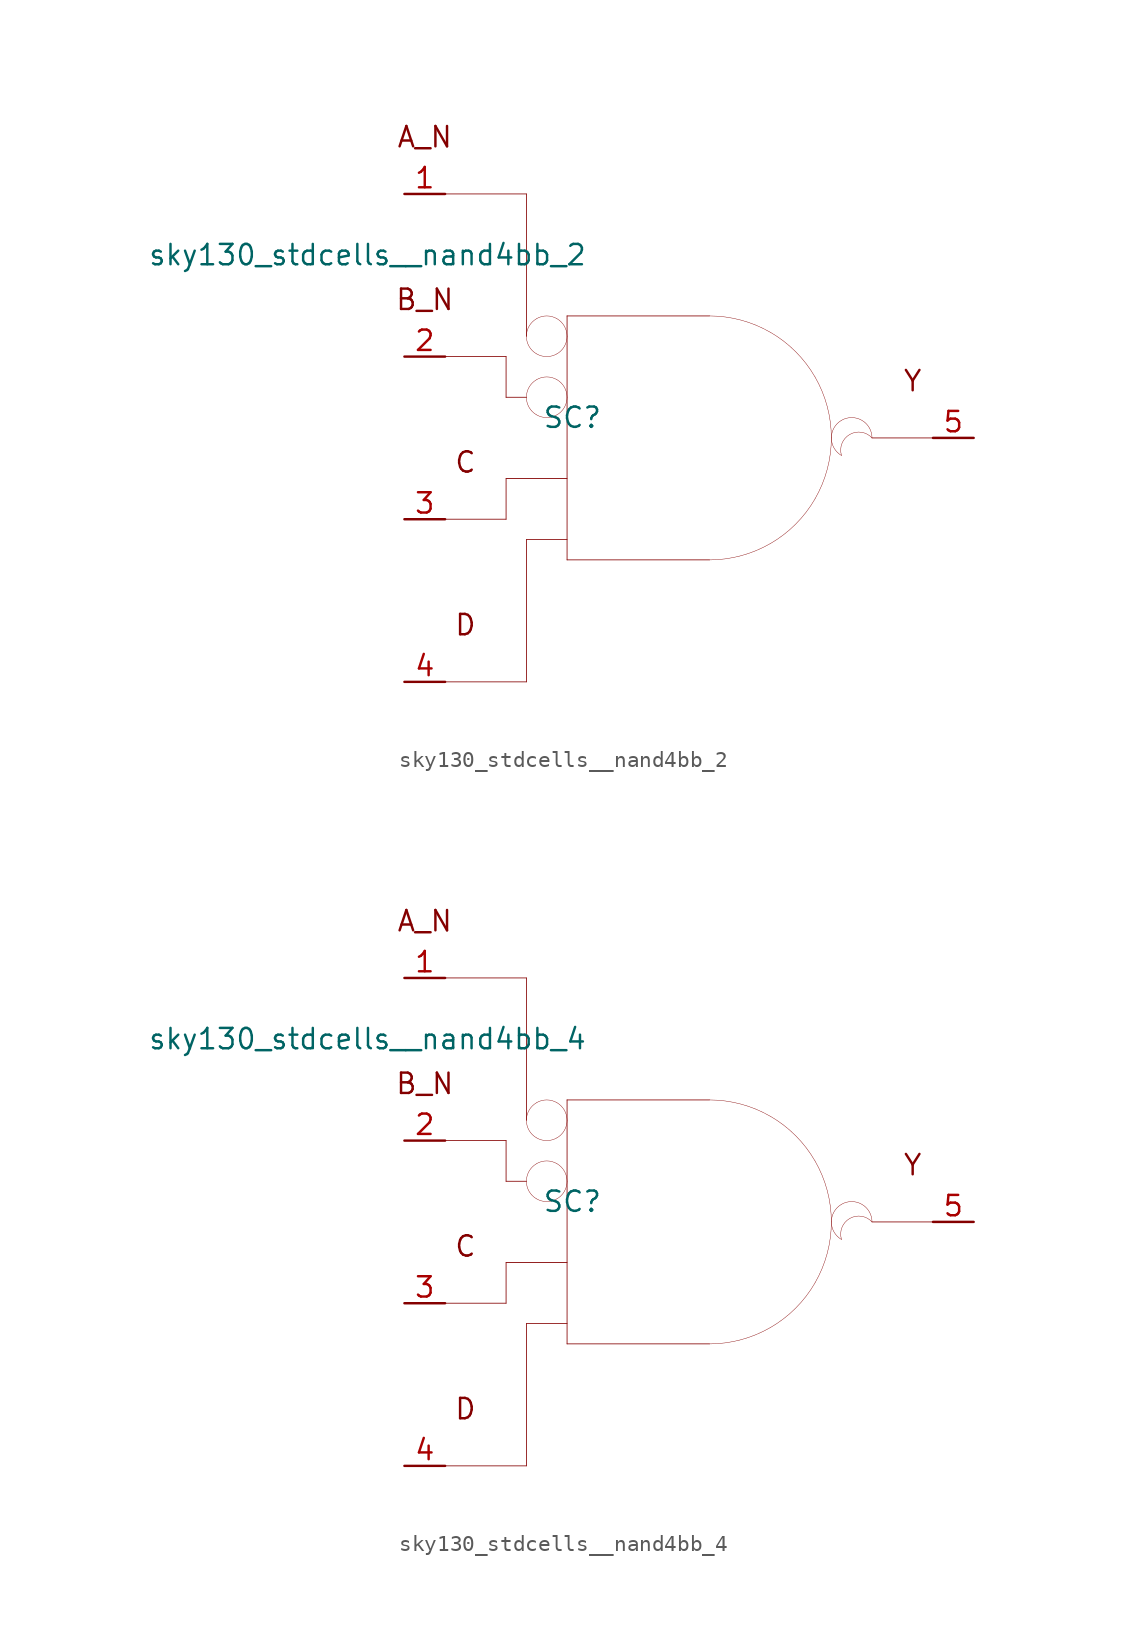
<source format=kicad_sym>
(kicad_symbol_lib
  (version 20211014)
  (generator kicad_symbol_editor)
  (symbol "sky130_stdcells__nand4bb_2"
    (pin_names hide)
    (property "Reference" "SC"
      (at -7.29 1.27 0)
      (effects (font (size 1.27 1.27))))
    (property "Value" "sky130_stdcells__nand4bb_2"
      (at -6.35 11.43 0)
      (effects (font (size 1.27 1.27)) (justify right)))
    (symbol "sky130_stdcells__nand4bb_2_0_0"
      (arc (start -10.16 2.54) (mid -9.9898 1.905) (end -9.525 1.4401) (stroke (width 0.0254) (type default) (color 0 0 0 0)) (fill (type none)))
      (arc (start -10.16 6.35) (mid -9.9898 5.715) (end -9.525 5.2501) (stroke (width 0.0254) (type default) (color 0 0 0 0)) (fill (type none)))
      (arc (start -9.525 1.4401) (mid -8.89 1.27) (end -8.255 1.4401) (stroke (width 0.0254) (type default) (color 0 0 0 0)) (fill (type none)))
      (arc (start -9.525 3.6399) (mid -9.9899 3.175) (end -10.16 2.54) (stroke (width 0.0254) (type default) (color 0 0 0 0)) (fill (type none)))
      (arc (start -9.525 5.2501) (mid -8.89 5.08) (end -8.255 5.2501) (stroke (width 0.0254) (type default) (color 0 0 0 0)) (fill (type none)))
      (arc (start -9.525 7.4499) (mid -9.9899 6.985) (end -10.16 6.35) (stroke (width 0.0254) (type default) (color 0 0 0 0)) (fill (type none)))
      (arc (start -8.255 1.4401) (mid -7.7901 1.905) (end -7.62 2.54) (stroke (width 0.0254) (type default) (color 0 0 0 0)) (fill (type none)))
      (arc (start -8.255 3.6399) (mid -8.89 3.81) (end -9.525 3.6399) (stroke (width 0.0254) (type default) (color 0 0 0 0)) (fill (type none)))
      (arc (start -8.255 5.2501) (mid -7.7901 5.715) (end -7.62 6.35) (stroke (width 0.0254) (type default) (color 0 0 0 0)) (fill (type none)))
      (arc (start -8.255 7.4499) (mid -8.89 7.62) (end -9.525 7.4499) (stroke (width 0.0254) (type default) (color 0 0 0 0)) (fill (type none)))
      (arc (start -7.62 2.54) (mid -7.7902 3.175) (end -8.255 3.6399) (stroke (width 0.0254) (type default) (color 0 0 0 0)) (fill (type none)))
      (arc (start -7.62 6.35) (mid -7.7902 6.985) (end -8.255 7.4499) (stroke (width 0.0254) (type default) (color 0 0 0 0)) (fill (type none)))
      (polyline (pts (xy -15.24 -15.24) (xy -10.16 -15.24)) (stroke (width 0.051) (type default) (color 0 0 0 0)) (fill (type none)))
      (polyline (pts (xy -15.24 -5.08) (xy -11.43 -5.08)) (stroke (width 0.051) (type default) (color 0 0 0 0)) (fill (type none)))
      (polyline (pts (xy -15.24 5.08) (xy -11.43 5.08)) (stroke (width 0.051) (type default) (color 0 0 0 0)) (fill (type none)))
      (polyline (pts (xy -15.24 15.24) (xy -10.16 15.24)) (stroke (width 0.051) (type default) (color 0 0 0 0)) (fill (type none)))
      (polyline (pts (xy -11.43 -2.54) (xy -11.43 -5.08)) (stroke (width 0.051) (type default) (color 0 0 0 0)) (fill (type none)))
      (polyline (pts (xy -11.43 -2.54) (xy -7.62 -2.54)) (stroke (width 0.051) (type default) (color 0 0 0 0)) (fill (type none)))
      (polyline (pts (xy -11.43 2.54) (xy -10.16 2.54)) (stroke (width 0.051) (type default) (color 0 0 0 0)) (fill (type none)))
      (polyline (pts (xy -11.43 5.08) (xy -11.43 2.54)) (stroke (width 0.051) (type default) (color 0 0 0 0)) (fill (type none)))
      (polyline (pts (xy -10.16 -6.35) (xy -10.16 -15.24)) (stroke (width 0.051) (type default) (color 0 0 0 0)) (fill (type none)))
      (polyline (pts (xy -10.16 -6.35) (xy -7.62 -6.35)) (stroke (width 0.051) (type default) (color 0 0 0 0)) (fill (type none)))
      (polyline (pts (xy -10.16 15.24) (xy -10.16 6.35)) (stroke (width 0.051) (type default) (color 0 0 0 0)) (fill (type none)))
      (polyline (pts (xy -7.62 -7.62) (xy 1.27 -7.62)) (stroke (width 0.051) (type default) (color 0 0 0 0)) (fill (type none)))
      (polyline (pts (xy -7.62 7.62) (xy -7.62 -7.62)) (stroke (width 0.051) (type default) (color 0 0 0 0)) (fill (type none)))
      (polyline (pts (xy -7.62 7.62) (xy 1.27 7.62)) (stroke (width 0.051) (type default) (color 0 0 0 0)) (fill (type none)))
      (polyline (pts (xy 11.43 0) (xy 15.24 0)) (stroke (width 0.051) (type default) (color 0 0 0 0)) (fill (type none)))
      (arc (start 1.27 -7.62) (mid 3.2422 -7.3604) (end 5.08 -6.5991) (stroke (width 0.0254) (type default) (color 0 0 0 0)) (fill (type none)))
      (arc (start 5.08 -6.5991) (mid 6.6581 -5.3881) (end 7.8691 -3.81) (stroke (width 0.0254) (type default) (color 0 0 0 0)) (fill (type none)))
      (arc (start 5.08 6.5991) (mid 3.2422 7.3603) (end 1.27 7.62) (stroke (width 0.0254) (type default) (color 0 0 0 0)) (fill (type none)))
      (arc (start 7.8691 -3.81) (mid 8.6303 -1.9722) (end 8.89 0) (stroke (width 0.0254) (type default) (color 0 0 0 0)) (fill (type none)))
      (arc (start 7.8691 3.81) (mid 6.6581 5.3881) (end 5.08 6.5991) (stroke (width 0.0254) (type default) (color 0 0 0 0)) (fill (type none)))
      (arc (start 8.89 0) (mid 8.6304 1.9722) (end 7.8691 3.81) (stroke (width 0.0254) (type default) (color 0 0 0 0)) (fill (type none)))
      (arc (start 9.525 1.0999) (mid 8.89 0) (end 9.525 -1.0999) (stroke (width 0.0254) (type default) (color 0 0 0 0)) (fill (type none)))
      (arc (start 11.43 0) (mid 9.5731 0.4743) (end 9.525 -1.0999) (stroke (width 0.0254) (type default) (color 0 0 0 0)) (fill (type none)))
      (arc (start 11.43 0) (mid 10.795 1.0998) (end 9.525 1.0999) (stroke (width 0.0254) (type default) (color 0 0 0 0)) (fill (type none)))
      (text "A_N" (at -16.51 18.796 0) (effects (font (size 1.27 1.27))))
      (text "B_N" (at -16.51 8.636 0) (effects (font (size 1.27 1.27))))
      (text "C" (at -13.97 -1.524 0) (effects (font (size 1.27 1.27))))
      (text "D" (at -13.97 -11.684 0) (effects (font (size 1.27 1.27))))
      (text "Y" (at 13.97 3.556 0) (effects (font (size 1.27 1.27)))))
    (symbol "sky130_stdcells__nand4bb_2_1_1"
      (pin input line (at -17.78 15.24 0) (length 2.54) (name "A_N" (effects (font (size 1.092 1.092)))) (number "1" (effects (font (size 1.27 1.27)))))
      (pin input line (at -17.78 5.08 0) (length 2.54) (name "B_N" (effects (font (size 1.092 1.092)))) (number "2" (effects (font (size 1.27 1.27)))))
      (pin input line (at -17.78 -5.08 0) (length 2.54) (name "C" (effects (font (size 1.092 1.092)))) (number "3" (effects (font (size 1.27 1.27)))))
      (pin input line (at -17.78 -15.24 0) (length 2.54) (name "D" (effects (font (size 1.092 1.092)))) (number "4" (effects (font (size 1.27 1.27)))))
      (pin output line (at 17.78 0 180) (length 2.54) (name "Y" (effects (font (size 1.092 1.092)))) (number "5" (effects (font (size 1.27 1.27)))))))
  (symbol "sky130_stdcells__nand4bb_4"
    (pin_names hide)
    (property "Reference" "SC"
      (at -7.29 1.27 0)
      (effects (font (size 1.27 1.27))))
    (property "Value" "sky130_stdcells__nand4bb_4"
      (at -6.35 11.43 0)
      (effects (font (size 1.27 1.27)) (justify right)))
    (symbol "sky130_stdcells__nand4bb_4_0_0"
      (arc (start -10.16 2.54) (mid -9.9898 1.905) (end -9.525 1.4401) (stroke (width 0.0254) (type default) (color 0 0 0 0)) (fill (type none)))
      (arc (start -10.16 6.35) (mid -9.9898 5.715) (end -9.525 5.2501) (stroke (width 0.0254) (type default) (color 0 0 0 0)) (fill (type none)))
      (arc (start -9.525 1.4401) (mid -8.89 1.27) (end -8.255 1.4401) (stroke (width 0.0254) (type default) (color 0 0 0 0)) (fill (type none)))
      (arc (start -9.525 3.6399) (mid -9.9899 3.175) (end -10.16 2.54) (stroke (width 0.0254) (type default) (color 0 0 0 0)) (fill (type none)))
      (arc (start -9.525 5.2501) (mid -8.89 5.08) (end -8.255 5.2501) (stroke (width 0.0254) (type default) (color 0 0 0 0)) (fill (type none)))
      (arc (start -9.525 7.4499) (mid -9.9899 6.985) (end -10.16 6.35) (stroke (width 0.0254) (type default) (color 0 0 0 0)) (fill (type none)))
      (arc (start -8.255 1.4401) (mid -7.7901 1.905) (end -7.62 2.54) (stroke (width 0.0254) (type default) (color 0 0 0 0)) (fill (type none)))
      (arc (start -8.255 3.6399) (mid -8.89 3.81) (end -9.525 3.6399) (stroke (width 0.0254) (type default) (color 0 0 0 0)) (fill (type none)))
      (arc (start -8.255 5.2501) (mid -7.7901 5.715) (end -7.62 6.35) (stroke (width 0.0254) (type default) (color 0 0 0 0)) (fill (type none)))
      (arc (start -8.255 7.4499) (mid -8.89 7.62) (end -9.525 7.4499) (stroke (width 0.0254) (type default) (color 0 0 0 0)) (fill (type none)))
      (arc (start -7.62 2.54) (mid -7.7902 3.175) (end -8.255 3.6399) (stroke (width 0.0254) (type default) (color 0 0 0 0)) (fill (type none)))
      (arc (start -7.62 6.35) (mid -7.7902 6.985) (end -8.255 7.4499) (stroke (width 0.0254) (type default) (color 0 0 0 0)) (fill (type none)))
      (polyline (pts (xy -15.24 -15.24) (xy -10.16 -15.24)) (stroke (width 0.051) (type default) (color 0 0 0 0)) (fill (type none)))
      (polyline (pts (xy -15.24 -5.08) (xy -11.43 -5.08)) (stroke (width 0.051) (type default) (color 0 0 0 0)) (fill (type none)))
      (polyline (pts (xy -15.24 5.08) (xy -11.43 5.08)) (stroke (width 0.051) (type default) (color 0 0 0 0)) (fill (type none)))
      (polyline (pts (xy -15.24 15.24) (xy -10.16 15.24)) (stroke (width 0.051) (type default) (color 0 0 0 0)) (fill (type none)))
      (polyline (pts (xy -11.43 -2.54) (xy -11.43 -5.08)) (stroke (width 0.051) (type default) (color 0 0 0 0)) (fill (type none)))
      (polyline (pts (xy -11.43 -2.54) (xy -7.62 -2.54)) (stroke (width 0.051) (type default) (color 0 0 0 0)) (fill (type none)))
      (polyline (pts (xy -11.43 2.54) (xy -10.16 2.54)) (stroke (width 0.051) (type default) (color 0 0 0 0)) (fill (type none)))
      (polyline (pts (xy -11.43 5.08) (xy -11.43 2.54)) (stroke (width 0.051) (type default) (color 0 0 0 0)) (fill (type none)))
      (polyline (pts (xy -10.16 -6.35) (xy -10.16 -15.24)) (stroke (width 0.051) (type default) (color 0 0 0 0)) (fill (type none)))
      (polyline (pts (xy -10.16 -6.35) (xy -7.62 -6.35)) (stroke (width 0.051) (type default) (color 0 0 0 0)) (fill (type none)))
      (polyline (pts (xy -10.16 15.24) (xy -10.16 6.35)) (stroke (width 0.051) (type default) (color 0 0 0 0)) (fill (type none)))
      (polyline (pts (xy -7.62 -7.62) (xy 1.27 -7.62)) (stroke (width 0.051) (type default) (color 0 0 0 0)) (fill (type none)))
      (polyline (pts (xy -7.62 7.62) (xy -7.62 -7.62)) (stroke (width 0.051) (type default) (color 0 0 0 0)) (fill (type none)))
      (polyline (pts (xy -7.62 7.62) (xy 1.27 7.62)) (stroke (width 0.051) (type default) (color 0 0 0 0)) (fill (type none)))
      (polyline (pts (xy 11.43 0) (xy 15.24 0)) (stroke (width 0.051) (type default) (color 0 0 0 0)) (fill (type none)))
      (arc (start 1.27 -7.62) (mid 3.2422 -7.3604) (end 5.08 -6.5991) (stroke (width 0.0254) (type default) (color 0 0 0 0)) (fill (type none)))
      (arc (start 5.08 -6.5991) (mid 6.6581 -5.3881) (end 7.8691 -3.81) (stroke (width 0.0254) (type default) (color 0 0 0 0)) (fill (type none)))
      (arc (start 5.08 6.5991) (mid 3.2422 7.3603) (end 1.27 7.62) (stroke (width 0.0254) (type default) (color 0 0 0 0)) (fill (type none)))
      (arc (start 7.8691 -3.81) (mid 8.6303 -1.9722) (end 8.89 0) (stroke (width 0.0254) (type default) (color 0 0 0 0)) (fill (type none)))
      (arc (start 7.8691 3.81) (mid 6.6581 5.3881) (end 5.08 6.5991) (stroke (width 0.0254) (type default) (color 0 0 0 0)) (fill (type none)))
      (arc (start 8.89 0) (mid 8.6304 1.9722) (end 7.8691 3.81) (stroke (width 0.0254) (type default) (color 0 0 0 0)) (fill (type none)))
      (arc (start 9.525 1.0999) (mid 8.89 0) (end 9.525 -1.0999) (stroke (width 0.0254) (type default) (color 0 0 0 0)) (fill (type none)))
      (arc (start 11.43 0) (mid 9.5731 0.4743) (end 9.525 -1.0999) (stroke (width 0.0254) (type default) (color 0 0 0 0)) (fill (type none)))
      (arc (start 11.43 0) (mid 10.795 1.0998) (end 9.525 1.0999) (stroke (width 0.0254) (type default) (color 0 0 0 0)) (fill (type none)))
      (text "A_N" (at -16.51 18.796 0) (effects (font (size 1.27 1.27))))
      (text "B_N" (at -16.51 8.636 0) (effects (font (size 1.27 1.27))))
      (text "C" (at -13.97 -1.524 0) (effects (font (size 1.27 1.27))))
      (text "D" (at -13.97 -11.684 0) (effects (font (size 1.27 1.27))))
      (text "Y" (at 13.97 3.556 0) (effects (font (size 1.27 1.27)))))
    (symbol "sky130_stdcells__nand4bb_4_1_1"
      (pin input line (at -17.78 15.24 0) (length 2.54) (name "A_N" (effects (font (size 1.092 1.092)))) (number "1" (effects (font (size 1.27 1.27)))))
      (pin input line (at -17.78 5.08 0) (length 2.54) (name "B_N" (effects (font (size 1.092 1.092)))) (number "2" (effects (font (size 1.27 1.27)))))
      (pin input line (at -17.78 -5.08 0) (length 2.54) (name "C" (effects (font (size 1.092 1.092)))) (number "3" (effects (font (size 1.27 1.27)))))
      (pin input line (at -17.78 -15.24 0) (length 2.54) (name "D" (effects (font (size 1.092 1.092)))) (number "4" (effects (font (size 1.27 1.27)))))
      (pin output line (at 17.78 0 180) (length 2.54) (name "Y" (effects (font (size 1.092 1.092)))) (number "5" (effects (font (size 1.27 1.27))))))))
</source>
